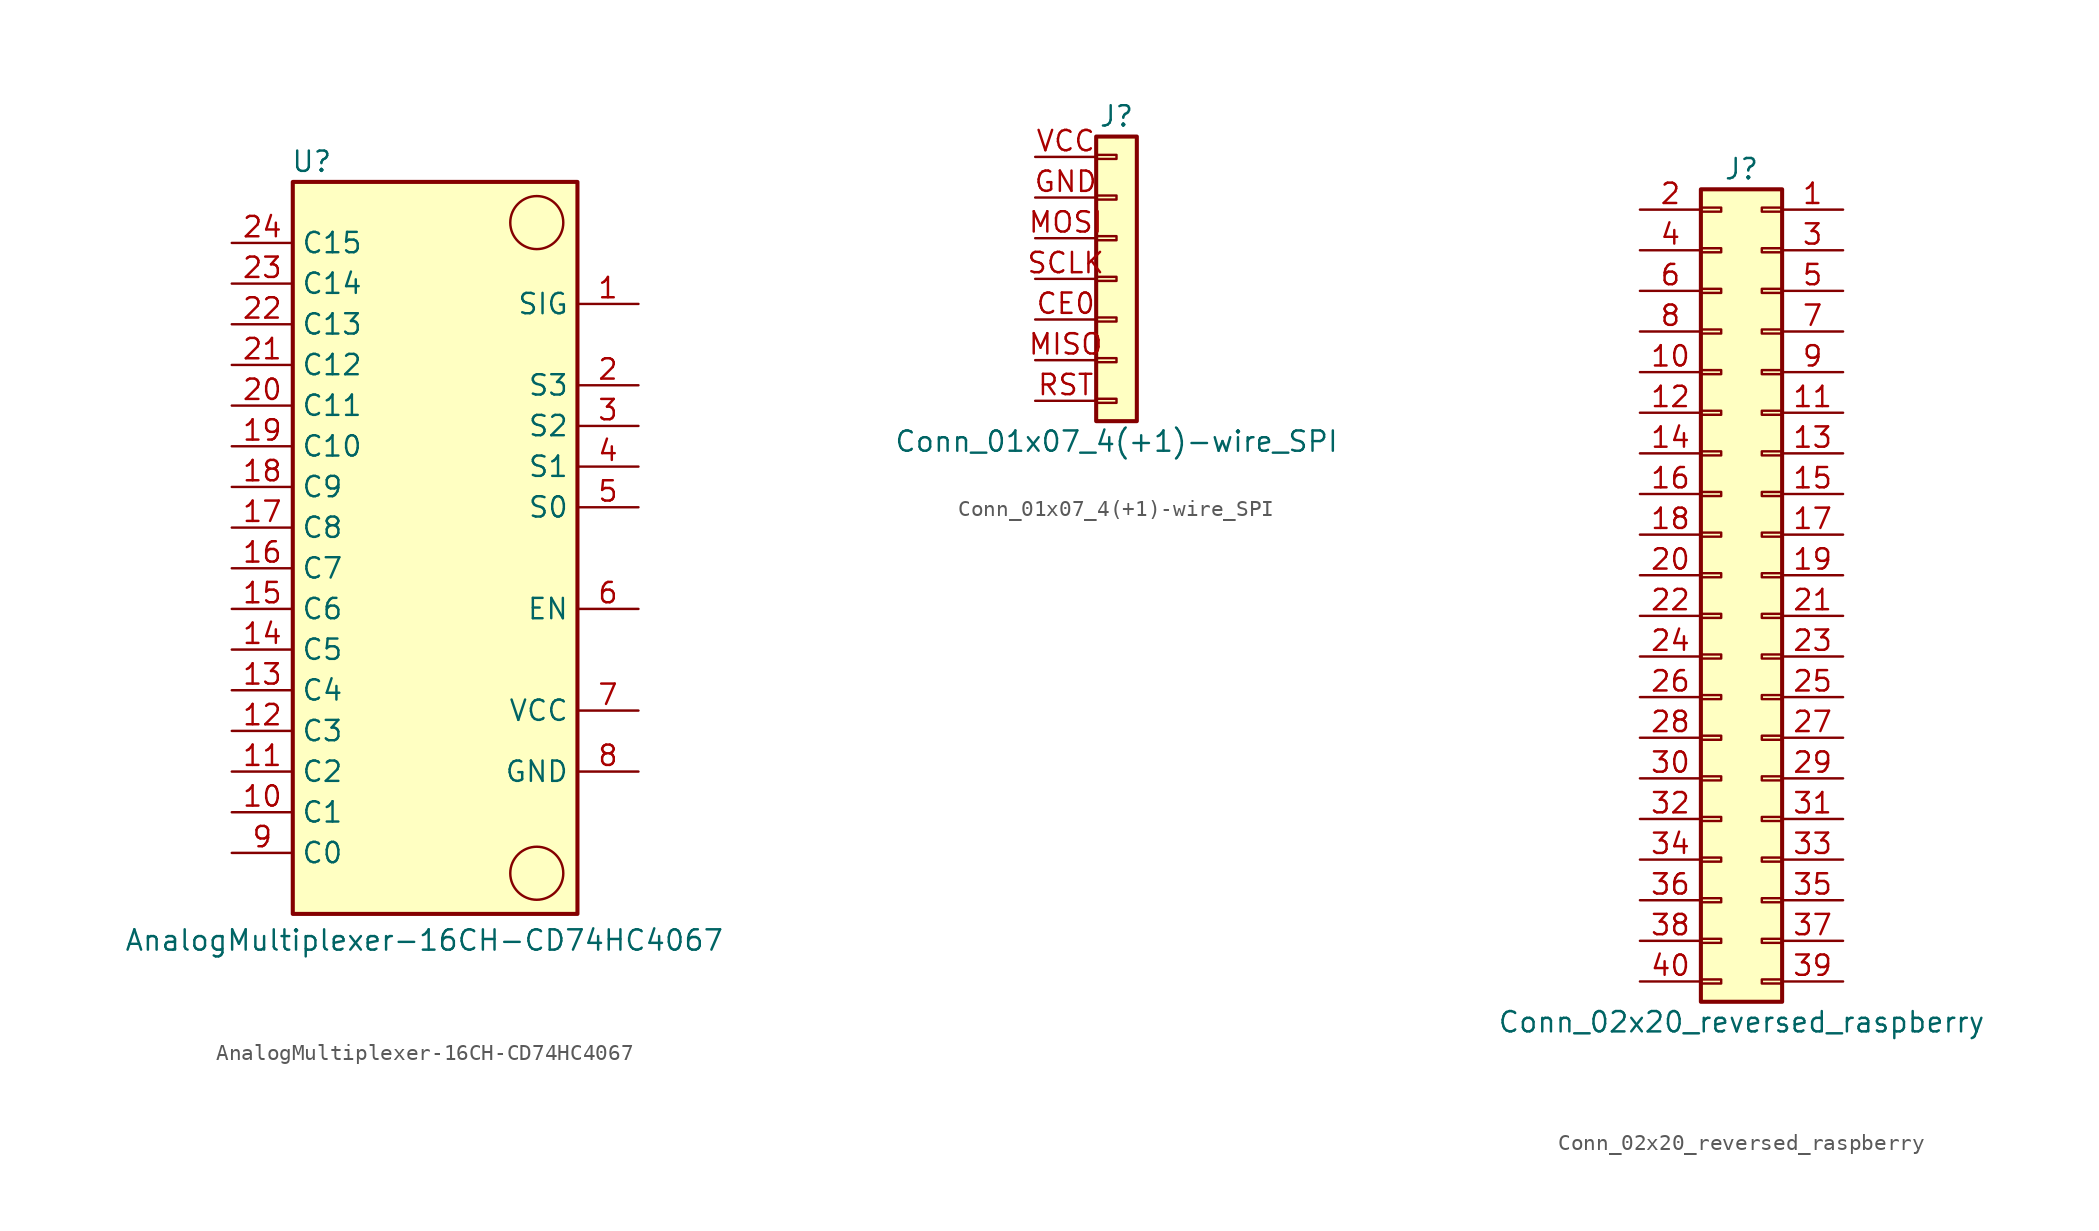
<source format=kicad_sym>
(kicad_symbol_lib
  (version 20220914)
  (generator kicad_symbol_editor)
  (symbol "AnalogMultiplexer-16CH-CD74HC4067"
    (property "Reference" "U"
      (at -5.207 24.13 0)
      (effects (font (size 1.27 1.27)) (justify left)))
    (property "Value" "AnalogMultiplexer-16CH-CD74HC4067"
      (at -15.621 -24.511 0)
      (effects (font (size 1.27 1.27)) (justify left)))
    (symbol "AnalogMultiplexer-16CH-CD74HC4067_0_1"
      (rectangle (start -5.08 22.86) (end 12.7 -22.86) (stroke (width 0.254) (type default)) (fill (type background)))
      (circle (center 10.16 -20.32) (radius 1.656) (stroke (width 0) (type default)) (fill (type none)))
      (circle (center 10.16 20.32) (radius 1.656) (stroke (width 0) (type default)) (fill (type none))))
    (symbol "AnalogMultiplexer-16CH-CD74HC4067_1_1"
      (pin passive line (at 16.51 15.24 180) (length 3.81) (name "SIG" (effects (font (size 1.27 1.27)))) (number "1" (effects (font (size 1.27 1.27)))))
      (pin passive line (at -8.89 -16.51 0) (length 3.81) (name "C1" (effects (font (size 1.27 1.27)))) (number "10" (effects (font (size 1.27 1.27)))))
      (pin passive line (at -8.89 -13.97 0) (length 3.81) (name "C2" (effects (font (size 1.27 1.27)))) (number "11" (effects (font (size 1.27 1.27)))))
      (pin passive line (at -8.89 -11.43 0) (length 3.81) (name "C3" (effects (font (size 1.27 1.27)))) (number "12" (effects (font (size 1.27 1.27)))))
      (pin passive line (at -8.89 -8.89 0) (length 3.81) (name "C4" (effects (font (size 1.27 1.27)))) (number "13" (effects (font (size 1.27 1.27)))))
      (pin passive line (at -8.89 -6.35 0) (length 3.81) (name "C5" (effects (font (size 1.27 1.27)))) (number "14" (effects (font (size 1.27 1.27)))))
      (pin passive line (at -8.89 -3.81 0) (length 3.81) (name "C6" (effects (font (size 1.27 1.27)))) (number "15" (effects (font (size 1.27 1.27)))))
      (pin passive line (at -8.89 -1.27 0) (length 3.81) (name "C7" (effects (font (size 1.27 1.27)))) (number "16" (effects (font (size 1.27 1.27)))))
      (pin passive line (at -8.89 1.27 0) (length 3.81) (name "C8" (effects (font (size 1.27 1.27)))) (number "17" (effects (font (size 1.27 1.27)))))
      (pin passive line (at -8.89 3.81 0) (length 3.81) (name "C9" (effects (font (size 1.27 1.27)))) (number "18" (effects (font (size 1.27 1.27)))))
      (pin passive line (at -8.89 6.35 0) (length 3.81) (name "C10" (effects (font (size 1.27 1.27)))) (number "19" (effects (font (size 1.27 1.27)))))
      (pin input line (at 16.51 10.16 180) (length 3.81) (name "S3" (effects (font (size 1.27 1.27)))) (number "2" (effects (font (size 1.27 1.27)))))
      (pin passive line (at -8.89 8.89 0) (length 3.81) (name "C11" (effects (font (size 1.27 1.27)))) (number "20" (effects (font (size 1.27 1.27)))))
      (pin passive line (at -8.89 11.43 0) (length 3.81) (name "C12" (effects (font (size 1.27 1.27)))) (number "21" (effects (font (size 1.27 1.27)))))
      (pin passive line (at -8.89 13.97 0) (length 3.81) (name "C13" (effects (font (size 1.27 1.27)))) (number "22" (effects (font (size 1.27 1.27)))))
      (pin passive line (at -8.89 16.51 0) (length 3.81) (name "C14" (effects (font (size 1.27 1.27)))) (number "23" (effects (font (size 1.27 1.27)))))
      (pin passive line (at -8.89 19.05 0) (length 3.81) (name "C15" (effects (font (size 1.27 1.27)))) (number "24" (effects (font (size 1.27 1.27)))))
      (pin input line (at 16.51 7.62 180) (length 3.81) (name "S2" (effects (font (size 1.27 1.27)))) (number "3" (effects (font (size 1.27 1.27)))))
      (pin input line (at 16.51 5.08 180) (length 3.81) (name "S1" (effects (font (size 1.27 1.27)))) (number "4" (effects (font (size 1.27 1.27)))))
      (pin input line (at 16.51 2.54 180) (length 3.81) (name "S0" (effects (font (size 1.27 1.27)))) (number "5" (effects (font (size 1.27 1.27)))))
      (pin input line (at 16.51 -3.81 180) (length 3.81) (name "EN" (effects (font (size 1.27 1.27)))) (number "6" (effects (font (size 1.27 1.27)))))
      (pin power_in line (at 16.51 -10.16 180) (length 3.81) (name "VCC" (effects (font (size 1.27 1.27)))) (number "7" (effects (font (size 1.27 1.27)))))
      (pin power_in line (at 16.51 -13.97 180) (length 3.81) (name "GND" (effects (font (size 1.27 1.27)))) (number "8" (effects (font (size 1.27 1.27)))))
      (pin passive line (at -8.89 -19.05 0) (length 3.81) (name "C0" (effects (font (size 1.27 1.27)))) (number "9" (effects (font (size 1.27 1.27)))))))
  (symbol "Conn_01x07_4(+1)-wire_SPI"
    (pin_names
      (offset 1.016) hide)
    (property "Reference" "J"
      (at 0 10.16 0)
      (effects (font (size 1.27 1.27))))
    (property "Value" "Conn_01x07_4(+1)-wire_SPI"
      (at 0 -10.16 0)
      (effects (font (size 1.27 1.27))))
    (symbol "Conn_01x07_4(+1)-wire_SPI_1_1"
      (rectangle (start -1.27 -7.493) (end 0 -7.747) (stroke (width 0.152) (type default)) (fill (type none)))
      (rectangle (start -1.27 -4.953) (end 0 -5.207) (stroke (width 0.152) (type default)) (fill (type none)))
      (rectangle (start -1.27 -2.413) (end 0 -2.667) (stroke (width 0.152) (type default)) (fill (type none)))
      (rectangle (start -1.27 0.127) (end 0 -0.127) (stroke (width 0.152) (type default)) (fill (type none)))
      (rectangle (start -1.27 2.667) (end 0 2.413) (stroke (width 0.152) (type default)) (fill (type none)))
      (rectangle (start -1.27 5.207) (end 0 4.953) (stroke (width 0.152) (type default)) (fill (type none)))
      (rectangle (start -1.27 7.747) (end 0 7.493) (stroke (width 0.152) (type default)) (fill (type none)))
      (rectangle (start -1.27 8.89) (end 1.27 -8.89) (stroke (width 0.254) (type default)) (fill (type background)))
      (pin passive line (at -5.08 -2.54 0) (length 3.81) (name "CE0" (effects (font (size 1.27 1.27)))) (number "CE0" (effects (font (size 1.27 1.27)))))
      (pin passive line (at -5.08 5.08 0) (length 3.81) (name "GND" (effects (font (size 1.27 1.27)))) (number "GND" (effects (font (size 1.27 1.27)))))
      (pin passive line (at -5.08 -5.08 0) (length 3.81) (name "MISO" (effects (font (size 1.27 1.27)))) (number "MISO" (effects (font (size 1.27 1.27)))))
      (pin passive line (at -5.08 2.54 0) (length 3.81) (name "MOSI" (effects (font (size 1.27 1.27)))) (number "MOSI" (effects (font (size 1.27 1.27)))))
      (pin passive line (at -5.08 -7.62 0) (length 3.81) (name "RST" (effects (font (size 1.27 1.27)))) (number "RST" (effects (font (size 1.27 1.27)))))
      (pin passive line (at -5.08 0 0) (length 3.81) (name "SCLK" (effects (font (size 1.27 1.27)))) (number "SCLK" (effects (font (size 1.27 1.27)))))
      (pin passive line (at -5.08 7.62 0) (length 3.81) (name "VCC" (effects (font (size 1.27 1.27)))) (number "VCC" (effects (font (size 1.27 1.27)))))))
  (symbol "Conn_02x20_reversed_raspberry"
    (pin_names
      (offset 1.016) hide)
    (property "Reference" "J"
      (at 1.27 25.4 0)
      (effects (font (size 1.27 1.27))))
    (property "Value" "Conn_02x20_reversed_raspberry"
      (at 1.27 -27.94 0)
      (effects (font (size 1.27 1.27))))
    (symbol "Conn_02x20_reversed_raspberry_1_1"
      (rectangle (start -1.27 -25.273) (end 0 -25.527) (stroke (width 0.152) (type default)) (fill (type none)))
      (rectangle (start -1.27 -22.733) (end 0 -22.987) (stroke (width 0.152) (type default)) (fill (type none)))
      (rectangle (start -1.27 -20.193) (end 0 -20.447) (stroke (width 0.152) (type default)) (fill (type none)))
      (rectangle (start -1.27 -17.653) (end 0 -17.907) (stroke (width 0.152) (type default)) (fill (type none)))
      (rectangle (start -1.27 -15.113) (end 0 -15.367) (stroke (width 0.152) (type default)) (fill (type none)))
      (rectangle (start -1.27 -12.573) (end 0 -12.827) (stroke (width 0.152) (type default)) (fill (type none)))
      (rectangle (start -1.27 -10.033) (end 0 -10.287) (stroke (width 0.152) (type default)) (fill (type none)))
      (rectangle (start -1.27 -7.493) (end 0 -7.747) (stroke (width 0.152) (type default)) (fill (type none)))
      (rectangle (start -1.27 -4.953) (end 0 -5.207) (stroke (width 0.152) (type default)) (fill (type none)))
      (rectangle (start -1.27 -2.413) (end 0 -2.667) (stroke (width 0.152) (type default)) (fill (type none)))
      (rectangle (start -1.27 0.127) (end 0 -0.127) (stroke (width 0.152) (type default)) (fill (type none)))
      (rectangle (start -1.27 2.667) (end 0 2.413) (stroke (width 0.152) (type default)) (fill (type none)))
      (rectangle (start -1.27 5.207) (end 0 4.953) (stroke (width 0.152) (type default)) (fill (type none)))
      (rectangle (start -1.27 7.747) (end 0 7.493) (stroke (width 0.152) (type default)) (fill (type none)))
      (rectangle (start -1.27 10.287) (end 0 10.033) (stroke (width 0.152) (type default)) (fill (type none)))
      (rectangle (start -1.27 12.827) (end 0 12.573) (stroke (width 0.152) (type default)) (fill (type none)))
      (rectangle (start -1.27 15.367) (end 0 15.113) (stroke (width 0.152) (type default)) (fill (type none)))
      (rectangle (start -1.27 17.907) (end 0 17.653) (stroke (width 0.152) (type default)) (fill (type none)))
      (rectangle (start -1.27 20.447) (end 0 20.193) (stroke (width 0.152) (type default)) (fill (type none)))
      (rectangle (start -1.27 22.987) (end 0 22.733) (stroke (width 0.152) (type default)) (fill (type none)))
      (rectangle (start -1.27 24.13) (end 3.81 -26.67) (stroke (width 0.254) (type default)) (fill (type background)))
      (rectangle (start 3.81 -25.273) (end 2.54 -25.527) (stroke (width 0.152) (type default)) (fill (type none)))
      (rectangle (start 3.81 -22.733) (end 2.54 -22.987) (stroke (width 0.152) (type default)) (fill (type none)))
      (rectangle (start 3.81 -20.193) (end 2.54 -20.447) (stroke (width 0.152) (type default)) (fill (type none)))
      (rectangle (start 3.81 -17.653) (end 2.54 -17.907) (stroke (width 0.152) (type default)) (fill (type none)))
      (rectangle (start 3.81 -15.113) (end 2.54 -15.367) (stroke (width 0.152) (type default)) (fill (type none)))
      (rectangle (start 3.81 -12.573) (end 2.54 -12.827) (stroke (width 0.152) (type default)) (fill (type none)))
      (rectangle (start 3.81 -10.033) (end 2.54 -10.287) (stroke (width 0.152) (type default)) (fill (type none)))
      (rectangle (start 3.81 -7.493) (end 2.54 -7.747) (stroke (width 0.152) (type default)) (fill (type none)))
      (rectangle (start 3.81 -4.953) (end 2.54 -5.207) (stroke (width 0.152) (type default)) (fill (type none)))
      (rectangle (start 3.81 -2.413) (end 2.54 -2.667) (stroke (width 0.152) (type default)) (fill (type none)))
      (rectangle (start 3.81 0.127) (end 2.54 -0.127) (stroke (width 0.152) (type default)) (fill (type none)))
      (rectangle (start 3.81 2.667) (end 2.54 2.413) (stroke (width 0.152) (type default)) (fill (type none)))
      (rectangle (start 3.81 5.207) (end 2.54 4.953) (stroke (width 0.152) (type default)) (fill (type none)))
      (rectangle (start 3.81 7.747) (end 2.54 7.493) (stroke (width 0.152) (type default)) (fill (type none)))
      (rectangle (start 3.81 10.287) (end 2.54 10.033) (stroke (width 0.152) (type default)) (fill (type none)))
      (rectangle (start 3.81 12.827) (end 2.54 12.573) (stroke (width 0.152) (type default)) (fill (type none)))
      (rectangle (start 3.81 15.367) (end 2.54 15.113) (stroke (width 0.152) (type default)) (fill (type none)))
      (rectangle (start 3.81 17.907) (end 2.54 17.653) (stroke (width 0.152) (type default)) (fill (type none)))
      (rectangle (start 3.81 20.447) (end 2.54 20.193) (stroke (width 0.152) (type default)) (fill (type none)))
      (rectangle (start 3.81 22.987) (end 2.54 22.733) (stroke (width 0.152) (type default)) (fill (type none)))
      (pin passive line (at 7.62 22.86 180) (length 3.81) (name "Pin_1" (effects (font (size 1.27 1.27)))) (number "1" (effects (font (size 1.27 1.27)))))
      (pin passive line (at -5.08 12.7 0) (length 3.81) (name "Pin_10" (effects (font (size 1.27 1.27)))) (number "10" (effects (font (size 1.27 1.27)))))
      (pin passive line (at 7.62 10.16 180) (length 3.81) (name "Pin_11" (effects (font (size 1.27 1.27)))) (number "11" (effects (font (size 1.27 1.27)))))
      (pin passive line (at -5.08 10.16 0) (length 3.81) (name "Pin_12" (effects (font (size 1.27 1.27)))) (number "12" (effects (font (size 1.27 1.27)))))
      (pin passive line (at 7.62 7.62 180) (length 3.81) (name "Pin_13" (effects (font (size 1.27 1.27)))) (number "13" (effects (font (size 1.27 1.27)))))
      (pin passive line (at -5.08 7.62 0) (length 3.81) (name "Pin_14" (effects (font (size 1.27 1.27)))) (number "14" (effects (font (size 1.27 1.27)))))
      (pin passive line (at 7.62 5.08 180) (length 3.81) (name "Pin_15" (effects (font (size 1.27 1.27)))) (number "15" (effects (font (size 1.27 1.27)))))
      (pin passive line (at -5.08 5.08 0) (length 3.81) (name "Pin_16" (effects (font (size 1.27 1.27)))) (number "16" (effects (font (size 1.27 1.27)))))
      (pin passive line (at 7.62 2.54 180) (length 3.81) (name "Pin_17" (effects (font (size 1.27 1.27)))) (number "17" (effects (font (size 1.27 1.27)))))
      (pin passive line (at -5.08 2.54 0) (length 3.81) (name "Pin_18" (effects (font (size 1.27 1.27)))) (number "18" (effects (font (size 1.27 1.27)))))
      (pin passive line (at 7.62 0 180) (length 3.81) (name "Pin_19" (effects (font (size 1.27 1.27)))) (number "19" (effects (font (size 1.27 1.27)))))
      (pin passive line (at -5.08 22.86 0) (length 3.81) (name "Pin_2" (effects (font (size 1.27 1.27)))) (number "2" (effects (font (size 1.27 1.27)))))
      (pin passive line (at -5.08 0 0) (length 3.81) (name "Pin_20" (effects (font (size 1.27 1.27)))) (number "20" (effects (font (size 1.27 1.27)))))
      (pin passive line (at 7.62 -2.54 180) (length 3.81) (name "Pin_21" (effects (font (size 1.27 1.27)))) (number "21" (effects (font (size 1.27 1.27)))))
      (pin passive line (at -5.08 -2.54 0) (length 3.81) (name "Pin_22" (effects (font (size 1.27 1.27)))) (number "22" (effects (font (size 1.27 1.27)))))
      (pin passive line (at 7.62 -5.08 180) (length 3.81) (name "Pin_23" (effects (font (size 1.27 1.27)))) (number "23" (effects (font (size 1.27 1.27)))))
      (pin passive line (at -5.08 -5.08 0) (length 3.81) (name "Pin_24" (effects (font (size 1.27 1.27)))) (number "24" (effects (font (size 1.27 1.27)))))
      (pin passive line (at 7.62 -7.62 180) (length 3.81) (name "Pin_25" (effects (font (size 1.27 1.27)))) (number "25" (effects (font (size 1.27 1.27)))))
      (pin passive line (at -5.08 -7.62 0) (length 3.81) (name "Pin_26" (effects (font (size 1.27 1.27)))) (number "26" (effects (font (size 1.27 1.27)))))
      (pin passive line (at 7.62 -10.16 180) (length 3.81) (name "Pin_27" (effects (font (size 1.27 1.27)))) (number "27" (effects (font (size 1.27 1.27)))))
      (pin passive line (at -5.08 -10.16 0) (length 3.81) (name "Pin_28" (effects (font (size 1.27 1.27)))) (number "28" (effects (font (size 1.27 1.27)))))
      (pin passive line (at 7.62 -12.7 180) (length 3.81) (name "Pin_29" (effects (font (size 1.27 1.27)))) (number "29" (effects (font (size 1.27 1.27)))))
      (pin passive line (at 7.62 20.32 180) (length 3.81) (name "Pin_3" (effects (font (size 1.27 1.27)))) (number "3" (effects (font (size 1.27 1.27)))))
      (pin passive line (at -5.08 -12.7 0) (length 3.81) (name "Pin_30" (effects (font (size 1.27 1.27)))) (number "30" (effects (font (size 1.27 1.27)))))
      (pin passive line (at 7.62 -15.24 180) (length 3.81) (name "Pin_31" (effects (font (size 1.27 1.27)))) (number "31" (effects (font (size 1.27 1.27)))))
      (pin passive line (at -5.08 -15.24 0) (length 3.81) (name "Pin_32" (effects (font (size 1.27 1.27)))) (number "32" (effects (font (size 1.27 1.27)))))
      (pin passive line (at 7.62 -17.78 180) (length 3.81) (name "Pin_33" (effects (font (size 1.27 1.27)))) (number "33" (effects (font (size 1.27 1.27)))))
      (pin passive line (at -5.08 -17.78 0) (length 3.81) (name "Pin_34" (effects (font (size 1.27 1.27)))) (number "34" (effects (font (size 1.27 1.27)))))
      (pin passive line (at 7.62 -20.32 180) (length 3.81) (name "Pin_35" (effects (font (size 1.27 1.27)))) (number "35" (effects (font (size 1.27 1.27)))))
      (pin passive line (at -5.08 -20.32 0) (length 3.81) (name "Pin_36" (effects (font (size 1.27 1.27)))) (number "36" (effects (font (size 1.27 1.27)))))
      (pin passive line (at 7.62 -22.86 180) (length 3.81) (name "Pin_37" (effects (font (size 1.27 1.27)))) (number "37" (effects (font (size 1.27 1.27)))))
      (pin passive line (at -5.08 -22.86 0) (length 3.81) (name "Pin_38" (effects (font (size 1.27 1.27)))) (number "38" (effects (font (size 1.27 1.27)))))
      (pin passive line (at 7.62 -25.4 180) (length 3.81) (name "Pin_39" (effects (font (size 1.27 1.27)))) (number "39" (effects (font (size 1.27 1.27)))))
      (pin passive line (at -5.08 20.32 0) (length 3.81) (name "Pin_4" (effects (font (size 1.27 1.27)))) (number "4" (effects (font (size 1.27 1.27)))))
      (pin passive line (at -5.08 -25.4 0) (length 3.81) (name "Pin_40" (effects (font (size 1.27 1.27)))) (number "40" (effects (font (size 1.27 1.27)))))
      (pin passive line (at 7.62 17.78 180) (length 3.81) (name "Pin_5" (effects (font (size 1.27 1.27)))) (number "5" (effects (font (size 1.27 1.27)))))
      (pin passive line (at -5.08 17.78 0) (length 3.81) (name "Pin_6" (effects (font (size 1.27 1.27)))) (number "6" (effects (font (size 1.27 1.27)))))
      (pin passive line (at 7.62 15.24 180) (length 3.81) (name "Pin_7" (effects (font (size 1.27 1.27)))) (number "7" (effects (font (size 1.27 1.27)))))
      (pin passive line (at -5.08 15.24 0) (length 3.81) (name "Pin_8" (effects (font (size 1.27 1.27)))) (number "8" (effects (font (size 1.27 1.27)))))
      (pin passive line (at 7.62 12.7 180) (length 3.81) (name "Pin_9" (effects (font (size 1.27 1.27)))) (number "9" (effects (font (size 1.27 1.27))))))))
</source>
